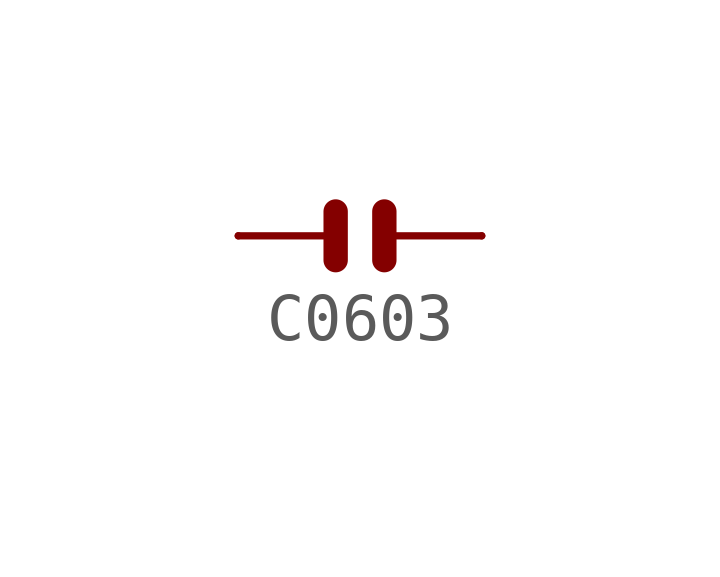
<source format=kicad_sym>
(kicad_symbol_lib
  (version 20231120)
  (generator "kicad_symbol_editor")
  (generator_version "8.0")
  (symbol "C0603"
    (property "Reference" ""
      (at -0.99 0.686 0)
      (effects (font (size 1.016 0.864)) (justify left bottom) (hide yes)))
    (property "ki_locked" ""
      (at 0 0 0)
      (effects (font (size 1.27 1.27))))
    (symbol "C0603_1_0"
      (polyline (pts (xy -2.54 0) (xy -0.635 0)) (stroke (width 0.152) (type solid)) (fill (type none)))
      (polyline (pts (xy -0.508 0.508) (xy -0.508 -0.508)) (stroke (width 0.508) (type solid)) (fill (type none)))
      (polyline (pts (xy 0.508 -0.508) (xy 0.508 0.508)) (stroke (width 0.508) (type solid)) (fill (type none)))
      (polyline (pts (xy 2.54 0) (xy 0.635 0)) (stroke (width 0.152) (type solid)) (fill (type none)))
      (pin passive line (at -2.54 0 0) (length 0) (name "1" (effects (font (size 0 0)))) (number "1" (effects (font (size 0 0)))))
      (pin passive line (at 2.54 0 180) (length 0) (name "2" (effects (font (size 0 0)))) (number "2" (effects (font (size 0 0))))))))
</source>
